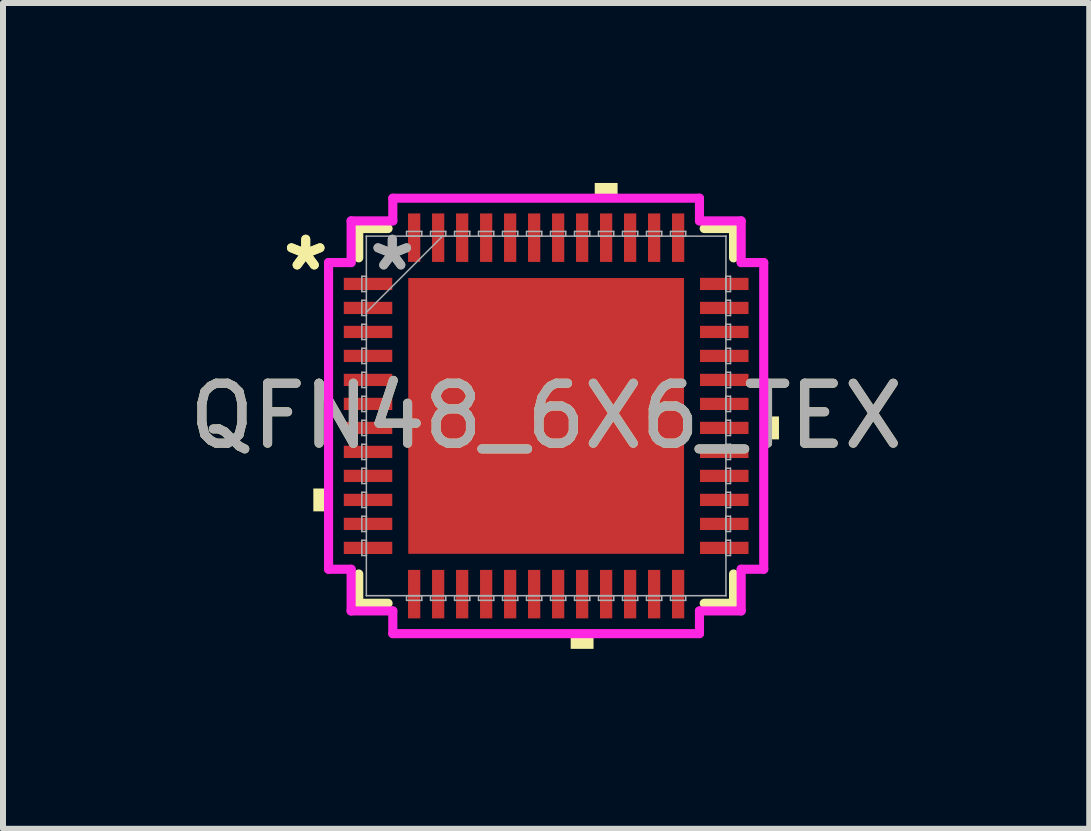
<source format=kicad_pcb>
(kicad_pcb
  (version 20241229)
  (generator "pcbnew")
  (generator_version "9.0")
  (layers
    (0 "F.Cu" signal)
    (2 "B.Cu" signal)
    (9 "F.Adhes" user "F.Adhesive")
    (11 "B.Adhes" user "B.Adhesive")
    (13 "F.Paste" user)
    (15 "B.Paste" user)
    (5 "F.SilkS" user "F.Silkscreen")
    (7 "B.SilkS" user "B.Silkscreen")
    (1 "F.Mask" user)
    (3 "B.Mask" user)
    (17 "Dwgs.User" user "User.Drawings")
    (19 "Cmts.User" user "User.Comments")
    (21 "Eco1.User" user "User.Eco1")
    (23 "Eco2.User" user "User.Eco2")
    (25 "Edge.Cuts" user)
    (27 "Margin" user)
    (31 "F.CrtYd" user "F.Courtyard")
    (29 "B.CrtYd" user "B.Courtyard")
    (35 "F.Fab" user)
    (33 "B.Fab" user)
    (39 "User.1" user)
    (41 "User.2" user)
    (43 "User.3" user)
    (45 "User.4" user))
  (footprint "QFN48_6X6_TEX"
    (layer "F.Cu")
    (at 6.054 3.883)
    (property "Reference" "QFN48_6X6_TEX" (at 0 0 0) (unlocked yes) (layer "F.SilkS") (effects (font (size 1 1) (thickness 0.15))))
    (attr smd)
    (fp_line (start -3.124 -3.124) (end -3.124 -2.635) (stroke (width 0.152) (type solid)) (layer "F.SilkS"))
    (fp_line (start -3.124 2.635) (end -3.124 3.124) (stroke (width 0.152) (type solid)) (layer "F.SilkS"))
    (fp_line (start -3.124 3.124) (end -2.635 3.124) (stroke (width 0.152) (type solid)) (layer "F.SilkS"))
    (fp_line (start -2.635 -3.124) (end -3.124 -3.124) (stroke (width 0.152) (type solid)) (layer "F.SilkS"))
    (fp_line (start 2.635 3.124) (end 3.124 3.124) (stroke (width 0.152) (type solid)) (layer "F.SilkS"))
    (fp_line (start 3.124 -3.124) (end 2.635 -3.124) (stroke (width 0.152) (type solid)) (layer "F.SilkS"))
    (fp_line (start 3.124 -2.635) (end 3.124 -3.124) (stroke (width 0.152) (type solid)) (layer "F.SilkS"))
    (fp_line (start 3.124 3.124) (end 3.124 2.635) (stroke (width 0.152) (type solid)) (layer "F.SilkS"))
    (fp_poly (pts (xy -3.881 1.21) (xy -3.881 1.591) (xy -3.627 1.591) (xy -3.627 1.21)) (stroke (width 0) (type solid)) (fill yes) (layer "F.SilkS"))
    (fp_poly (pts (xy 0.409 3.629) (xy 0.409 3.883) (xy 0.79 3.883) (xy 0.79 3.629)) (stroke (width 0) (type solid)) (fill yes) (layer "F.SilkS"))
    (fp_poly (pts (xy 0.81 -3.629) (xy 0.81 -3.883) (xy 1.191 -3.883) (xy 1.191 -3.629)) (stroke (width 0) (type solid)) (fill yes) (layer "F.SilkS"))
    (fp_poly (pts (xy 3.881 0.009) (xy 3.881 0.391) (xy 3.627 0.391) (xy 3.627 0.009)) (stroke (width 0) (type solid)) (fill yes) (layer "F.SilkS"))
    (fp_poly (pts (xy -2.199 -2.199) (xy -2.199 -0.866) (xy -0.866 -0.866) (xy -0.866 -2.199)) (stroke (width 0) (type solid)) (fill yes) (layer "F.Paste"))
    (fp_poly (pts (xy -2.199 -0.666) (xy -2.199 0.666) (xy -0.866 0.666) (xy -0.866 -0.666)) (stroke (width 0) (type solid)) (fill yes) (layer "F.Paste"))
    (fp_poly (pts (xy -2.199 0.866) (xy -2.199 2.199) (xy -0.866 2.199) (xy -0.866 0.866)) (stroke (width 0) (type solid)) (fill yes) (layer "F.Paste"))
    (fp_poly (pts (xy -0.666 -2.199) (xy -0.666 -0.866) (xy 0.666 -0.866) (xy 0.666 -2.199)) (stroke (width 0) (type solid)) (fill yes) (layer "F.Paste"))
    (fp_poly (pts (xy -0.666 -0.666) (xy -0.666 0.666) (xy 0.666 0.666) (xy 0.666 -0.666)) (stroke (width 0) (type solid)) (fill yes) (layer "F.Paste"))
    (fp_poly (pts (xy -0.666 0.866) (xy -0.666 2.199) (xy 0.666 2.199) (xy 0.666 0.866)) (stroke (width 0) (type solid)) (fill yes) (layer "F.Paste"))
    (fp_poly (pts (xy 0.866 -2.199) (xy 0.866 -0.866) (xy 2.199 -0.866) (xy 2.199 -2.199)) (stroke (width 0) (type solid)) (fill yes) (layer "F.Paste"))
    (fp_poly (pts (xy 0.866 -0.666) (xy 0.866 0.666) (xy 2.199 0.666) (xy 2.199 -0.666)) (stroke (width 0) (type solid)) (fill yes) (layer "F.Paste"))
    (fp_poly (pts (xy 0.866 0.866) (xy 0.866 2.199) (xy 2.199 2.199) (xy 2.199 0.866)) (stroke (width 0) (type solid)) (fill yes) (layer "F.Paste"))
    (fp_line (start -3.627 -2.556) (end -3.251 -2.556) (stroke (width 0.152) (type solid)) (layer "F.CrtYd"))
    (fp_line (start -3.627 2.556) (end -3.627 -2.556) (stroke (width 0.152) (type solid)) (layer "F.CrtYd"))
    (fp_line (start -3.251 -3.251) (end -2.556 -3.251) (stroke (width 0.152) (type solid)) (layer "F.CrtYd"))
    (fp_line (start -3.251 -2.556) (end -3.251 -3.251) (stroke (width 0.152) (type solid)) (layer "F.CrtYd"))
    (fp_line (start -3.251 2.556) (end -3.627 2.556) (stroke (width 0.152) (type solid)) (layer "F.CrtYd"))
    (fp_line (start -3.251 3.251) (end -3.251 2.556) (stroke (width 0.152) (type solid)) (layer "F.CrtYd"))
    (fp_line (start -2.556 -3.629) (end 2.556 -3.629) (stroke (width 0.152) (type solid)) (layer "F.CrtYd"))
    (fp_line (start -2.556 -3.251) (end -2.556 -3.629) (stroke (width 0.152) (type solid)) (layer "F.CrtYd"))
    (fp_line (start -2.556 3.251) (end -3.251 3.251) (stroke (width 0.152) (type solid)) (layer "F.CrtYd"))
    (fp_line (start -2.556 3.629) (end -2.556 3.251) (stroke (width 0.152) (type solid)) (layer "F.CrtYd"))
    (fp_line (start 2.556 -3.629) (end 2.556 -3.251) (stroke (width 0.152) (type solid)) (layer "F.CrtYd"))
    (fp_line (start 2.556 -3.251) (end 3.251 -3.251) (stroke (width 0.152) (type solid)) (layer "F.CrtYd"))
    (fp_line (start 2.556 3.251) (end 2.556 3.629) (stroke (width 0.152) (type solid)) (layer "F.CrtYd"))
    (fp_line (start 2.556 3.629) (end -2.556 3.629) (stroke (width 0.152) (type solid)) (layer "F.CrtYd"))
    (fp_line (start 3.251 -3.251) (end 3.251 -2.556) (stroke (width 0.152) (type solid)) (layer "F.CrtYd"))
    (fp_line (start 3.251 -2.556) (end 3.627 -2.556) (stroke (width 0.152) (type solid)) (layer "F.CrtYd"))
    (fp_line (start 3.251 2.556) (end 3.251 3.251) (stroke (width 0.152) (type solid)) (layer "F.CrtYd"))
    (fp_line (start 3.251 3.251) (end 2.556 3.251) (stroke (width 0.152) (type solid)) (layer "F.CrtYd"))
    (fp_line (start 3.627 -2.556) (end 3.627 2.556) (stroke (width 0.152) (type solid)) (layer "F.CrtYd"))
    (fp_line (start 3.627 2.556) (end 3.251 2.556) (stroke (width 0.152) (type solid)) (layer "F.CrtYd"))
    (fp_line (start -3.073 -2.327) (end -3.073 -2.073) (stroke (width 0.025) (type solid)) (layer "F.Fab"))
    (fp_line (start -3.073 -2.073) (end -2.997 -2.073) (stroke (width 0.025) (type solid)) (layer "F.Fab"))
    (fp_line (start -3.073 -1.927) (end -3.073 -1.673) (stroke (width 0.025) (type solid)) (layer "F.Fab"))
    (fp_line (start -3.073 -1.673) (end -2.997 -1.673) (stroke (width 0.025) (type solid)) (layer "F.Fab"))
    (fp_line (start -3.073 -1.527) (end -3.073 -1.273) (stroke (width 0.025) (type solid)) (layer "F.Fab"))
    (fp_line (start -3.073 -1.273) (end -2.997 -1.273) (stroke (width 0.025) (type solid)) (layer "F.Fab"))
    (fp_line (start -3.073 -1.127) (end -3.073 -0.873) (stroke (width 0.025) (type solid)) (layer "F.Fab"))
    (fp_line (start -3.073 -0.873) (end -2.997 -0.873) (stroke (width 0.025) (type solid)) (layer "F.Fab"))
    (fp_line (start -3.073 -0.727) (end -3.073 -0.473) (stroke (width 0.025) (type solid)) (layer "F.Fab"))
    (fp_line (start -3.073 -0.473) (end -2.997 -0.473) (stroke (width 0.025) (type solid)) (layer "F.Fab"))
    (fp_line (start -3.073 -0.327) (end -3.073 -0.073) (stroke (width 0.025) (type solid)) (layer "F.Fab"))
    (fp_line (start -3.073 -0.073) (end -2.997 -0.073) (stroke (width 0.025) (type solid)) (layer "F.Fab"))
    (fp_line (start -3.073 0.073) (end -3.073 0.327) (stroke (width 0.025) (type solid)) (layer "F.Fab"))
    (fp_line (start -3.073 0.327) (end -2.997 0.327) (stroke (width 0.025) (type solid)) (layer "F.Fab"))
    (fp_line (start -3.073 0.473) (end -3.073 0.727) (stroke (width 0.025) (type solid)) (layer "F.Fab"))
    (fp_line (start -3.073 0.727) (end -2.997 0.727) (stroke (width 0.025) (type solid)) (layer "F.Fab"))
    (fp_line (start -3.073 0.873) (end -3.073 1.127) (stroke (width 0.025) (type solid)) (layer "F.Fab"))
    (fp_line (start -3.073 1.127) (end -2.997 1.127) (stroke (width 0.025) (type solid)) (layer "F.Fab"))
    (fp_line (start -3.073 1.273) (end -3.073 1.527) (stroke (width 0.025) (type solid)) (layer "F.Fab"))
    (fp_line (start -3.073 1.527) (end -2.997 1.527) (stroke (width 0.025) (type solid)) (layer "F.Fab"))
    (fp_line (start -3.073 1.673) (end -3.073 1.927) (stroke (width 0.025) (type solid)) (layer "F.Fab"))
    (fp_line (start -3.073 1.927) (end -2.997 1.927) (stroke (width 0.025) (type solid)) (layer "F.Fab"))
    (fp_line (start -3.073 2.073) (end -3.073 2.327) (stroke (width 0.025) (type solid)) (layer "F.Fab"))
    (fp_line (start -3.073 2.327) (end -2.997 2.327) (stroke (width 0.025) (type solid)) (layer "F.Fab"))
    (fp_line (start -2.997 -2.997) (end -2.997 -2.997) (stroke (width 0.025) (type solid)) (layer "F.Fab"))
    (fp_line (start -2.997 -2.997) (end -2.997 2.997) (stroke (width 0.025) (type solid)) (layer "F.Fab"))
    (fp_line (start -2.997 -2.327) (end -3.073 -2.327) (stroke (width 0.025) (type solid)) (layer "F.Fab"))
    (fp_line (start -2.997 -2.073) (end -2.997 -2.327) (stroke (width 0.025) (type solid)) (layer "F.Fab"))
    (fp_line (start -2.997 -1.927) (end -3.073 -1.927) (stroke (width 0.025) (type solid)) (layer "F.Fab"))
    (fp_line (start -2.997 -1.727) (end -1.727 -2.997) (stroke (width 0.025) (type solid)) (layer "F.Fab"))
    (fp_line (start -2.997 -1.673) (end -2.997 -1.927) (stroke (width 0.025) (type solid)) (layer "F.Fab"))
    (fp_line (start -2.997 -1.527) (end -3.073 -1.527) (stroke (width 0.025) (type solid)) (layer "F.Fab"))
    (fp_line (start -2.997 -1.273) (end -2.997 -1.527) (stroke (width 0.025) (type solid)) (layer "F.Fab"))
    (fp_line (start -2.997 -1.127) (end -3.073 -1.127) (stroke (width 0.025) (type solid)) (layer "F.Fab"))
    (fp_line (start -2.997 -0.873) (end -2.997 -1.127) (stroke (width 0.025) (type solid)) (layer "F.Fab"))
    (fp_line (start -2.997 -0.727) (end -3.073 -0.727) (stroke (width 0.025) (type solid)) (layer "F.Fab"))
    (fp_line (start -2.997 -0.473) (end -2.997 -0.727) (stroke (width 0.025) (type solid)) (layer "F.Fab"))
    (fp_line (start -2.997 -0.327) (end -3.073 -0.327) (stroke (width 0.025) (type solid)) (layer "F.Fab"))
    (fp_line (start -2.997 -0.073) (end -2.997 -0.327) (stroke (width 0.025) (type solid)) (layer "F.Fab"))
    (fp_line (start -2.997 0.073) (end -3.073 0.073) (stroke (width 0.025) (type solid)) (layer "F.Fab"))
    (fp_line (start -2.997 0.327) (end -2.997 0.073) (stroke (width 0.025) (type solid)) (layer "F.Fab"))
    (fp_line (start -2.997 0.473) (end -3.073 0.473) (stroke (width 0.025) (type solid)) (layer "F.Fab"))
    (fp_line (start -2.997 0.727) (end -2.997 0.473) (stroke (width 0.025) (type solid)) (layer "F.Fab"))
    (fp_line (start -2.997 0.873) (end -3.073 0.873) (stroke (width 0.025) (type solid)) (layer "F.Fab"))
    (fp_line (start -2.997 1.127) (end -2.997 0.873) (stroke (width 0.025) (type solid)) (layer "F.Fab"))
    (fp_line (start -2.997 1.273) (end -3.073 1.273) (stroke (width 0.025) (type solid)) (layer "F.Fab"))
    (fp_line (start -2.997 1.527) (end -2.997 1.273) (stroke (width 0.025) (type solid)) (layer "F.Fab"))
    (fp_line (start -2.997 1.673) (end -3.073 1.673) (stroke (width 0.025) (type solid)) (layer "F.Fab"))
    (fp_line (start -2.997 1.927) (end -2.997 1.673) (stroke (width 0.025) (type solid)) (layer "F.Fab"))
    (fp_line (start -2.997 2.073) (end -3.073 2.073) (stroke (width 0.025) (type solid)) (layer "F.Fab"))
    (fp_line (start -2.997 2.327) (end -2.997 2.073) (stroke (width 0.025) (type solid)) (layer "F.Fab"))
    (fp_line (start -2.997 2.997) (end -2.997 2.997) (stroke (width 0.025) (type solid)) (layer "F.Fab"))
    (fp_line (start -2.997 2.997) (end 2.997 2.997) (stroke (width 0.025) (type solid)) (layer "F.Fab"))
    (fp_line (start -2.327 -3.075) (end -2.327 -2.997) (stroke (width 0.025) (type solid)) (layer "F.Fab"))
    (fp_line (start -2.327 -2.997) (end -2.073 -2.997) (stroke (width 0.025) (type solid)) (layer "F.Fab"))
    (fp_line (start -2.327 2.997) (end -2.327 3.075) (stroke (width 0.025) (type solid)) (layer "F.Fab"))
    (fp_line (start -2.327 3.075) (end -2.073 3.075) (stroke (width 0.025) (type solid)) (layer "F.Fab"))
    (fp_line (start -2.073 -3.075) (end -2.327 -3.075) (stroke (width 0.025) (type solid)) (layer "F.Fab"))
    (fp_line (start -2.073 -2.997) (end -2.073 -3.075) (stroke (width 0.025) (type solid)) (layer "F.Fab"))
    (fp_line (start -2.073 2.997) (end -2.327 2.997) (stroke (width 0.025) (type solid)) (layer "F.Fab"))
    (fp_line (start -2.073 3.075) (end -2.073 2.997) (stroke (width 0.025) (type solid)) (layer "F.Fab"))
    (fp_line (start -1.927 -3.075) (end -1.927 -2.997) (stroke (width 0.025) (type solid)) (layer "F.Fab"))
    (fp_line (start -1.927 -2.997) (end -1.673 -2.997) (stroke (width 0.025) (type solid)) (layer "F.Fab"))
    (fp_line (start -1.927 2.997) (end -1.927 3.075) (stroke (width 0.025) (type solid)) (layer "F.Fab"))
    (fp_line (start -1.927 3.075) (end -1.673 3.075) (stroke (width 0.025) (type solid)) (layer "F.Fab"))
    (fp_line (start -1.673 -3.075) (end -1.927 -3.075) (stroke (width 0.025) (type solid)) (layer "F.Fab"))
    (fp_line (start -1.673 -2.997) (end -1.673 -3.075) (stroke (width 0.025) (type solid)) (layer "F.Fab"))
    (fp_line (start -1.673 2.997) (end -1.927 2.997) (stroke (width 0.025) (type solid)) (layer "F.Fab"))
    (fp_line (start -1.673 3.075) (end -1.673 2.997) (stroke (width 0.025) (type solid)) (layer "F.Fab"))
    (fp_line (start -1.527 -3.075) (end -1.527 -2.997) (stroke (width 0.025) (type solid)) (layer "F.Fab"))
    (fp_line (start -1.527 -2.997) (end -1.273 -2.997) (stroke (width 0.025) (type solid)) (layer "F.Fab"))
    (fp_line (start -1.527 2.997) (end -1.527 3.075) (stroke (width 0.025) (type solid)) (layer "F.Fab"))
    (fp_line (start -1.527 3.075) (end -1.273 3.075) (stroke (width 0.025) (type solid)) (layer "F.Fab"))
    (fp_line (start -1.273 -3.075) (end -1.527 -3.075) (stroke (width 0.025) (type solid)) (layer "F.Fab"))
    (fp_line (start -1.273 -2.997) (end -1.273 -3.075) (stroke (width 0.025) (type solid)) (layer "F.Fab"))
    (fp_line (start -1.273 2.997) (end -1.527 2.997) (stroke (width 0.025) (type solid)) (layer "F.Fab"))
    (fp_line (start -1.273 3.075) (end -1.273 2.997) (stroke (width 0.025) (type solid)) (layer "F.Fab"))
    (fp_line (start -1.127 -3.075) (end -1.127 -2.997) (stroke (width 0.025) (type solid)) (layer "F.Fab"))
    (fp_line (start -1.127 -2.997) (end -0.873 -2.997) (stroke (width 0.025) (type solid)) (layer "F.Fab"))
    (fp_line (start -1.127 2.997) (end -1.127 3.075) (stroke (width 0.025) (type solid)) (layer "F.Fab"))
    (fp_line (start -1.127 3.075) (end -0.873 3.075) (stroke (width 0.025) (type solid)) (layer "F.Fab"))
    (fp_line (start -0.873 -3.075) (end -1.127 -3.075) (stroke (width 0.025) (type solid)) (layer "F.Fab"))
    (fp_line (start -0.873 -2.997) (end -0.873 -3.075) (stroke (width 0.025) (type solid)) (layer "F.Fab"))
    (fp_line (start -0.873 2.997) (end -1.127 2.997) (stroke (width 0.025) (type solid)) (layer "F.Fab"))
    (fp_line (start -0.873 3.075) (end -0.873 2.997) (stroke (width 0.025) (type solid)) (layer "F.Fab"))
    (fp_line (start -0.727 -3.075) (end -0.727 -2.997) (stroke (width 0.025) (type solid)) (layer "F.Fab"))
    (fp_line (start -0.727 -2.997) (end -0.473 -2.997) (stroke (width 0.025) (type solid)) (layer "F.Fab"))
    (fp_line (start -0.727 2.997) (end -0.727 3.075) (stroke (width 0.025) (type solid)) (layer "F.Fab"))
    (fp_line (start -0.727 3.075) (end -0.473 3.075) (stroke (width 0.025) (type solid)) (layer "F.Fab"))
    (fp_line (start -0.473 -3.075) (end -0.727 -3.075) (stroke (width 0.025) (type solid)) (layer "F.Fab"))
    (fp_line (start -0.473 -2.997) (end -0.473 -3.075) (stroke (width 0.025) (type solid)) (layer "F.Fab"))
    (fp_line (start -0.473 2.997) (end -0.727 2.997) (stroke (width 0.025) (type solid)) (layer "F.Fab"))
    (fp_line (start -0.473 3.075) (end -0.473 2.997) (stroke (width 0.025) (type solid)) (layer "F.Fab"))
    (fp_line (start -0.327 -3.075) (end -0.327 -2.997) (stroke (width 0.025) (type solid)) (layer "F.Fab"))
    (fp_line (start -0.327 -2.997) (end -0.073 -2.997) (stroke (width 0.025) (type solid)) (layer "F.Fab"))
    (fp_line (start -0.327 2.997) (end -0.327 3.075) (stroke (width 0.025) (type solid)) (layer "F.Fab"))
    (fp_line (start -0.327 3.075) (end -0.073 3.075) (stroke (width 0.025) (type solid)) (layer "F.Fab"))
    (fp_line (start -0.073 -3.075) (end -0.327 -3.075) (stroke (width 0.025) (type solid)) (layer "F.Fab"))
    (fp_line (start -0.073 -2.997) (end -0.073 -3.075) (stroke (width 0.025) (type solid)) (layer "F.Fab"))
    (fp_line (start -0.073 2.997) (end -0.327 2.997) (stroke (width 0.025) (type solid)) (layer "F.Fab"))
    (fp_line (start -0.073 3.075) (end -0.073 2.997) (stroke (width 0.025) (type solid)) (layer "F.Fab"))
    (fp_line (start 0.073 -3.075) (end 0.073 -2.997) (stroke (width 0.025) (type solid)) (layer "F.Fab"))
    (fp_line (start 0.073 -2.997) (end 0.327 -2.997) (stroke (width 0.025) (type solid)) (layer "F.Fab"))
    (fp_line (start 0.073 2.997) (end 0.073 3.075) (stroke (width 0.025) (type solid)) (layer "F.Fab"))
    (fp_line (start 0.073 3.075) (end 0.327 3.075) (stroke (width 0.025) (type solid)) (layer "F.Fab"))
    (fp_line (start 0.327 -3.075) (end 0.073 -3.075) (stroke (width 0.025) (type solid)) (layer "F.Fab"))
    (fp_line (start 0.327 -2.997) (end 0.327 -3.075) (stroke (width 0.025) (type solid)) (layer "F.Fab"))
    (fp_line (start 0.327 2.997) (end 0.073 2.997) (stroke (width 0.025) (type solid)) (layer "F.Fab"))
    (fp_line (start 0.327 3.075) (end 0.327 2.997) (stroke (width 0.025) (type solid)) (layer "F.Fab"))
    (fp_line (start 0.473 -3.075) (end 0.473 -2.997) (stroke (width 0.025) (type solid)) (layer "F.Fab"))
    (fp_line (start 0.473 -2.997) (end 0.727 -2.997) (stroke (width 0.025) (type solid)) (layer "F.Fab"))
    (fp_line (start 0.473 2.997) (end 0.473 3.075) (stroke (width 0.025) (type solid)) (layer "F.Fab"))
    (fp_line (start 0.473 3.075) (end 0.727 3.075) (stroke (width 0.025) (type solid)) (layer "F.Fab"))
    (fp_line (start 0.727 -3.075) (end 0.473 -3.075) (stroke (width 0.025) (type solid)) (layer "F.Fab"))
    (fp_line (start 0.727 -2.997) (end 0.727 -3.075) (stroke (width 0.025) (type solid)) (layer "F.Fab"))
    (fp_line (start 0.727 2.997) (end 0.473 2.997) (stroke (width 0.025) (type solid)) (layer "F.Fab"))
    (fp_line (start 0.727 3.075) (end 0.727 2.997) (stroke (width 0.025) (type solid)) (layer "F.Fab"))
    (fp_line (start 0.873 -3.075) (end 0.873 -2.997) (stroke (width 0.025) (type solid)) (layer "F.Fab"))
    (fp_line (start 0.873 -2.997) (end 1.127 -2.997) (stroke (width 0.025) (type solid)) (layer "F.Fab"))
    (fp_line (start 0.873 2.997) (end 0.873 3.075) (stroke (width 0.025) (type solid)) (layer "F.Fab"))
    (fp_line (start 0.873 3.075) (end 1.127 3.075) (stroke (width 0.025) (type solid)) (layer "F.Fab"))
    (fp_line (start 1.127 -3.075) (end 0.873 -3.075) (stroke (width 0.025) (type solid)) (layer "F.Fab"))
    (fp_line (start 1.127 -2.997) (end 1.127 -3.075) (stroke (width 0.025) (type solid)) (layer "F.Fab"))
    (fp_line (start 1.127 2.997) (end 0.873 2.997) (stroke (width 0.025) (type solid)) (layer "F.Fab"))
    (fp_line (start 1.127 3.075) (end 1.127 2.997) (stroke (width 0.025) (type solid)) (layer "F.Fab"))
    (fp_line (start 1.273 -3.075) (end 1.273 -2.997) (stroke (width 0.025) (type solid)) (layer "F.Fab"))
    (fp_line (start 1.273 -2.997) (end 1.527 -2.997) (stroke (width 0.025) (type solid)) (layer "F.Fab"))
    (fp_line (start 1.273 2.997) (end 1.273 3.075) (stroke (width 0.025) (type solid)) (layer "F.Fab"))
    (fp_line (start 1.273 3.075) (end 1.527 3.075) (stroke (width 0.025) (type solid)) (layer "F.Fab"))
    (fp_line (start 1.527 -3.075) (end 1.273 -3.075) (stroke (width 0.025) (type solid)) (layer "F.Fab"))
    (fp_line (start 1.527 -2.997) (end 1.527 -3.075) (stroke (width 0.025) (type solid)) (layer "F.Fab"))
    (fp_line (start 1.527 2.997) (end 1.273 2.997) (stroke (width 0.025) (type solid)) (layer "F.Fab"))
    (fp_line (start 1.527 3.075) (end 1.527 2.997) (stroke (width 0.025) (type solid)) (layer "F.Fab"))
    (fp_line (start 1.673 -3.075) (end 1.673 -2.997) (stroke (width 0.025) (type solid)) (layer "F.Fab"))
    (fp_line (start 1.673 -2.997) (end 1.927 -2.997) (stroke (width 0.025) (type solid)) (layer "F.Fab"))
    (fp_line (start 1.673 2.997) (end 1.673 3.075) (stroke (width 0.025) (type solid)) (layer "F.Fab"))
    (fp_line (start 1.673 3.075) (end 1.927 3.075) (stroke (width 0.025) (type solid)) (layer "F.Fab"))
    (fp_line (start 1.927 -3.075) (end 1.673 -3.075) (stroke (width 0.025) (type solid)) (layer "F.Fab"))
    (fp_line (start 1.927 -2.997) (end 1.927 -3.075) (stroke (width 0.025) (type solid)) (layer "F.Fab"))
    (fp_line (start 1.927 2.997) (end 1.673 2.997) (stroke (width 0.025) (type solid)) (layer "F.Fab"))
    (fp_line (start 1.927 3.075) (end 1.927 2.997) (stroke (width 0.025) (type solid)) (layer "F.Fab"))
    (fp_line (start 2.073 -3.075) (end 2.073 -2.997) (stroke (width 0.025) (type solid)) (layer "F.Fab"))
    (fp_line (start 2.073 -2.997) (end 2.327 -2.997) (stroke (width 0.025) (type solid)) (layer "F.Fab"))
    (fp_line (start 2.073 2.997) (end 2.073 3.075) (stroke (width 0.025) (type solid)) (layer "F.Fab"))
    (fp_line (start 2.073 3.075) (end 2.327 3.075) (stroke (width 0.025) (type solid)) (layer "F.Fab"))
    (fp_line (start 2.327 -3.075) (end 2.073 -3.075) (stroke (width 0.025) (type solid)) (layer "F.Fab"))
    (fp_line (start 2.327 -2.997) (end 2.327 -3.075) (stroke (width 0.025) (type solid)) (layer "F.Fab"))
    (fp_line (start 2.327 2.997) (end 2.073 2.997) (stroke (width 0.025) (type solid)) (layer "F.Fab"))
    (fp_line (start 2.327 3.075) (end 2.327 2.997) (stroke (width 0.025) (type solid)) (layer "F.Fab"))
    (fp_line (start 2.997 -2.997) (end -2.997 -2.997) (stroke (width 0.025) (type solid)) (layer "F.Fab"))
    (fp_line (start 2.997 -2.997) (end 2.997 -2.997) (stroke (width 0.025) (type solid)) (layer "F.Fab"))
    (fp_line (start 2.997 -2.327) (end 2.997 -2.073) (stroke (width 0.025) (type solid)) (layer "F.Fab"))
    (fp_line (start 2.997 -2.073) (end 3.073 -2.073) (stroke (width 0.025) (type solid)) (layer "F.Fab"))
    (fp_line (start 2.997 -1.927) (end 2.997 -1.673) (stroke (width 0.025) (type solid)) (layer "F.Fab"))
    (fp_line (start 2.997 -1.673) (end 3.073 -1.673) (stroke (width 0.025) (type solid)) (layer "F.Fab"))
    (fp_line (start 2.997 -1.527) (end 2.997 -1.273) (stroke (width 0.025) (type solid)) (layer "F.Fab"))
    (fp_line (start 2.997 -1.273) (end 3.073 -1.273) (stroke (width 0.025) (type solid)) (layer "F.Fab"))
    (fp_line (start 2.997 -1.127) (end 2.997 -0.873) (stroke (width 0.025) (type solid)) (layer "F.Fab"))
    (fp_line (start 2.997 -0.873) (end 3.073 -0.873) (stroke (width 0.025) (type solid)) (layer "F.Fab"))
    (fp_line (start 2.997 -0.727) (end 2.997 -0.473) (stroke (width 0.025) (type solid)) (layer "F.Fab"))
    (fp_line (start 2.997 -0.473) (end 3.073 -0.473) (stroke (width 0.025) (type solid)) (layer "F.Fab"))
    (fp_line (start 2.997 -0.327) (end 2.997 -0.073) (stroke (width 0.025) (type solid)) (layer "F.Fab"))
    (fp_line (start 2.997 -0.073) (end 3.073 -0.073) (stroke (width 0.025) (type solid)) (layer "F.Fab"))
    (fp_line (start 2.997 0.073) (end 2.997 0.327) (stroke (width 0.025) (type solid)) (layer "F.Fab"))
    (fp_line (start 2.997 0.327) (end 3.073 0.327) (stroke (width 0.025) (type solid)) (layer "F.Fab"))
    (fp_line (start 2.997 0.473) (end 2.997 0.727) (stroke (width 0.025) (type solid)) (layer "F.Fab"))
    (fp_line (start 2.997 0.727) (end 3.073 0.727) (stroke (width 0.025) (type solid)) (layer "F.Fab"))
    (fp_line (start 2.997 0.873) (end 2.997 1.127) (stroke (width 0.025) (type solid)) (layer "F.Fab"))
    (fp_line (start 2.997 1.127) (end 3.073 1.127) (stroke (width 0.025) (type solid)) (layer "F.Fab"))
    (fp_line (start 2.997 1.273) (end 2.997 1.527) (stroke (width 0.025) (type solid)) (layer "F.Fab"))
    (fp_line (start 2.997 1.527) (end 3.073 1.527) (stroke (width 0.025) (type solid)) (layer "F.Fab"))
    (fp_line (start 2.997 1.673) (end 2.997 1.927) (stroke (width 0.025) (type solid)) (layer "F.Fab"))
    (fp_line (start 2.997 1.927) (end 3.073 1.927) (stroke (width 0.025) (type solid)) (layer "F.Fab"))
    (fp_line (start 2.997 2.073) (end 2.997 2.327) (stroke (width 0.025) (type solid)) (layer "F.Fab"))
    (fp_line (start 2.997 2.327) (end 3.073 2.327) (stroke (width 0.025) (type solid)) (layer "F.Fab"))
    (fp_line (start 2.997 2.997) (end 2.997 -2.997) (stroke (width 0.025) (type solid)) (layer "F.Fab"))
    (fp_line (start 2.997 2.997) (end 2.997 2.997) (stroke (width 0.025) (type solid)) (layer "F.Fab"))
    (fp_line (start 3.073 -2.327) (end 2.997 -2.327) (stroke (width 0.025) (type solid)) (layer "F.Fab"))
    (fp_line (start 3.073 -2.073) (end 3.073 -2.327) (stroke (width 0.025) (type solid)) (layer "F.Fab"))
    (fp_line (start 3.073 -1.927) (end 2.997 -1.927) (stroke (width 0.025) (type solid)) (layer "F.Fab"))
    (fp_line (start 3.073 -1.673) (end 3.073 -1.927) (stroke (width 0.025) (type solid)) (layer "F.Fab"))
    (fp_line (start 3.073 -1.527) (end 2.997 -1.527) (stroke (width 0.025) (type solid)) (layer "F.Fab"))
    (fp_line (start 3.073 -1.273) (end 3.073 -1.527) (stroke (width 0.025) (type solid)) (layer "F.Fab"))
    (fp_line (start 3.073 -1.127) (end 2.997 -1.127) (stroke (width 0.025) (type solid)) (layer "F.Fab"))
    (fp_line (start 3.073 -0.873) (end 3.073 -1.127) (stroke (width 0.025) (type solid)) (layer "F.Fab"))
    (fp_line (start 3.073 -0.727) (end 2.997 -0.727) (stroke (width 0.025) (type solid)) (layer "F.Fab"))
    (fp_line (start 3.073 -0.473) (end 3.073 -0.727) (stroke (width 0.025) (type solid)) (layer "F.Fab"))
    (fp_line (start 3.073 -0.327) (end 2.997 -0.327) (stroke (width 0.025) (type solid)) (layer "F.Fab"))
    (fp_line (start 3.073 -0.073) (end 3.073 -0.327) (stroke (width 0.025) (type solid)) (layer "F.Fab"))
    (fp_line (start 3.073 0.073) (end 2.997 0.073) (stroke (width 0.025) (type solid)) (layer "F.Fab"))
    (fp_line (start 3.073 0.327) (end 3.073 0.073) (stroke (width 0.025) (type solid)) (layer "F.Fab"))
    (fp_line (start 3.073 0.473) (end 2.997 0.473) (stroke (width 0.025) (type solid)) (layer "F.Fab"))
    (fp_line (start 3.073 0.727) (end 3.073 0.473) (stroke (width 0.025) (type solid)) (layer "F.Fab"))
    (fp_line (start 3.073 0.873) (end 2.997 0.873) (stroke (width 0.025) (type solid)) (layer "F.Fab"))
    (fp_line (start 3.073 1.127) (end 3.073 0.873) (stroke (width 0.025) (type solid)) (layer "F.Fab"))
    (fp_line (start 3.073 1.273) (end 2.997 1.273) (stroke (width 0.025) (type solid)) (layer "F.Fab"))
    (fp_line (start 3.073 1.527) (end 3.073 1.273) (stroke (width 0.025) (type solid)) (layer "F.Fab"))
    (fp_line (start 3.073 1.673) (end 2.997 1.673) (stroke (width 0.025) (type solid)) (layer "F.Fab"))
    (fp_line (start 3.073 1.927) (end 3.073 1.673) (stroke (width 0.025) (type solid)) (layer "F.Fab"))
    (fp_line (start 3.073 2.073) (end 2.997 2.073) (stroke (width 0.025) (type solid)) (layer "F.Fab"))
    (fp_line (start 3.073 2.327) (end 3.073 2.073) (stroke (width 0.025) (type solid)) (layer "F.Fab"))
    (fp_text user "*" (at -4.008 -2.4 0) (layer "F.SilkS") (effects (font (size 1 1) (thickness 0.15))))
    (fp_text user "*" (at -4.008 -2.4 0) (unlocked yes) (layer "F.SilkS") (effects (font (size 1 1) (thickness 0.15))))
    (fp_text user "${REFERENCE}" (at 0 0 0) (unlocked yes) (layer "F.Fab") (effects (font (size 1 1) (thickness 0.15))))
    (fp_text user "*" (at -2.565 -2.4 0) (layer "F.Fab") (effects (font (size 1 1) (thickness 0.15))))
    (fp_text user "*" (at -2.565 -2.4 0) (unlocked yes) (layer "F.Fab") (effects (font (size 1 1) (thickness 0.15))))
    (pad "1" smd rect (at -2.969 -2.2 90) (size 0.204 0.808) (layers "F.Cu" "F.Mask" "F.Paste"))
    (pad "2" smd rect (at -2.969 -1.8 90) (size 0.204 0.808) (layers "F.Cu" "F.Mask" "F.Paste"))
    (pad "3" smd rect (at -2.969 -1.4 90) (size 0.204 0.808) (layers "F.Cu" "F.Mask" "F.Paste"))
    (pad "4" smd rect (at -2.969 -1 90) (size 0.204 0.808) (layers "F.Cu" "F.Mask" "F.Paste"))
    (pad "5" smd rect (at -2.969 -0.6 90) (size 0.204 0.808) (layers "F.Cu" "F.Mask" "F.Paste"))
    (pad "6" smd rect (at -2.969 -0.2 90) (size 0.204 0.808) (layers "F.Cu" "F.Mask" "F.Paste"))
    (pad "7" smd rect (at -2.969 0.2 90) (size 0.204 0.808) (layers "F.Cu" "F.Mask" "F.Paste"))
    (pad "8" smd rect (at -2.969 0.6 90) (size 0.204 0.808) (layers "F.Cu" "F.Mask" "F.Paste"))
    (pad "9" smd rect (at -2.969 1 90) (size 0.204 0.808) (layers "F.Cu" "F.Mask" "F.Paste"))
    (pad "10" smd rect (at -2.969 1.4 90) (size 0.204 0.808) (layers "F.Cu" "F.Mask" "F.Paste"))
    (pad "11" smd rect (at -2.969 1.8 90) (size 0.204 0.808) (layers "F.Cu" "F.Mask" "F.Paste"))
    (pad "12" smd rect (at -2.969 2.2 90) (size 0.204 0.808) (layers "F.Cu" "F.Mask" "F.Paste"))
    (pad "13" smd rect (at -2.2 2.971) (size 0.204 0.808) (layers "F.Cu" "F.Mask" "F.Paste"))
    (pad "14" smd rect (at -1.8 2.971) (size 0.204 0.808) (layers "F.Cu" "F.Mask" "F.Paste"))
    (pad "15" smd rect (at -1.4 2.971) (size 0.204 0.808) (layers "F.Cu" "F.Mask" "F.Paste"))
    (pad "16" smd rect (at -1 2.971) (size 0.204 0.808) (layers "F.Cu" "F.Mask" "F.Paste"))
    (pad "17" smd rect (at -0.6 2.971) (size 0.204 0.808) (layers "F.Cu" "F.Mask" "F.Paste"))
    (pad "18" smd rect (at -0.2 2.971) (size 0.204 0.808) (layers "F.Cu" "F.Mask" "F.Paste"))
    (pad "19" smd rect (at 0.2 2.971) (size 0.204 0.808) (layers "F.Cu" "F.Mask" "F.Paste"))
    (pad "20" smd rect (at 0.6 2.971) (size 0.204 0.808) (layers "F.Cu" "F.Mask" "F.Paste"))
    (pad "21" smd rect (at 1 2.971) (size 0.204 0.808) (layers "F.Cu" "F.Mask" "F.Paste"))
    (pad "22" smd rect (at 1.4 2.971) (size 0.204 0.808) (layers "F.Cu" "F.Mask" "F.Paste"))
    (pad "23" smd rect (at 1.8 2.971) (size 0.204 0.808) (layers "F.Cu" "F.Mask" "F.Paste"))
    (pad "24" smd rect (at 2.2 2.971) (size 0.204 0.808) (layers "F.Cu" "F.Mask" "F.Paste"))
    (pad "25" smd rect (at 2.969 2.2 90) (size 0.204 0.808) (layers "F.Cu" "F.Mask" "F.Paste"))
    (pad "26" smd rect (at 2.969 1.8 90) (size 0.204 0.808) (layers "F.Cu" "F.Mask" "F.Paste"))
    (pad "27" smd rect (at 2.969 1.4 90) (size 0.204 0.808) (layers "F.Cu" "F.Mask" "F.Paste"))
    (pad "28" smd rect (at 2.969 1 90) (size 0.204 0.808) (layers "F.Cu" "F.Mask" "F.Paste"))
    (pad "29" smd rect (at 2.969 0.6 90) (size 0.204 0.808) (layers "F.Cu" "F.Mask" "F.Paste"))
    (pad "30" smd rect (at 2.969 0.2 90) (size 0.204 0.808) (layers "F.Cu" "F.Mask" "F.Paste"))
    (pad "31" smd rect (at 2.969 -0.2 90) (size 0.204 0.808) (layers "F.Cu" "F.Mask" "F.Paste"))
    (pad "32" smd rect (at 2.969 -0.6 90) (size 0.204 0.808) (layers "F.Cu" "F.Mask" "F.Paste"))
    (pad "33" smd rect (at 2.969 -1 90) (size 0.204 0.808) (layers "F.Cu" "F.Mask" "F.Paste"))
    (pad "34" smd rect (at 2.969 -1.4 90) (size 0.204 0.808) (layers "F.Cu" "F.Mask" "F.Paste"))
    (pad "35" smd rect (at 2.969 -1.8 90) (size 0.204 0.808) (layers "F.Cu" "F.Mask" "F.Paste"))
    (pad "36" smd rect (at 2.969 -2.2 90) (size 0.204 0.808) (layers "F.Cu" "F.Mask" "F.Paste"))
    (pad "37" smd rect (at 2.2 -2.971) (size 0.204 0.808) (layers "F.Cu" "F.Mask" "F.Paste"))
    (pad "38" smd rect (at 1.8 -2.971) (size 0.204 0.808) (layers "F.Cu" "F.Mask" "F.Paste"))
    (pad "39" smd rect (at 1.4 -2.971) (size 0.204 0.808) (layers "F.Cu" "F.Mask" "F.Paste"))
    (pad "40" smd rect (at 1 -2.971) (size 0.204 0.808) (layers "F.Cu" "F.Mask" "F.Paste"))
    (pad "41" smd rect (at 0.6 -2.971) (size 0.204 0.808) (layers "F.Cu" "F.Mask" "F.Paste"))
    (pad "42" smd rect (at 0.2 -2.971) (size 0.204 0.808) (layers "F.Cu" "F.Mask" "F.Paste"))
    (pad "43" smd rect (at -0.2 -2.971) (size 0.204 0.808) (layers "F.Cu" "F.Mask" "F.Paste"))
    (pad "44" smd rect (at -0.6 -2.971) (size 0.204 0.808) (layers "F.Cu" "F.Mask" "F.Paste"))
    (pad "45" smd rect (at -1 -2.971) (size 0.204 0.808) (layers "F.Cu" "F.Mask" "F.Paste"))
    (pad "46" smd rect (at -1.4 -2.971) (size 0.204 0.808) (layers "F.Cu" "F.Mask" "F.Paste"))
    (pad "47" smd rect (at -1.8 -2.971) (size 0.204 0.808) (layers "F.Cu" "F.Mask" "F.Paste"))
    (pad "48" smd rect (at -2.2 -2.971) (size 0.204 0.808) (layers "F.Cu" "F.Mask" "F.Paste"))
    (pad "49" smd rect (at 0 0) (size 4.597 4.597) (layers "F.Cu" "F.Mask" "F.Paste")))
  (gr_rect
    (start -3 -3)
    (end 15.107 10.766)
    (stroke (width 0.1) (type default))
    (fill no)
    (layer "Edge.Cuts")))
</source>
